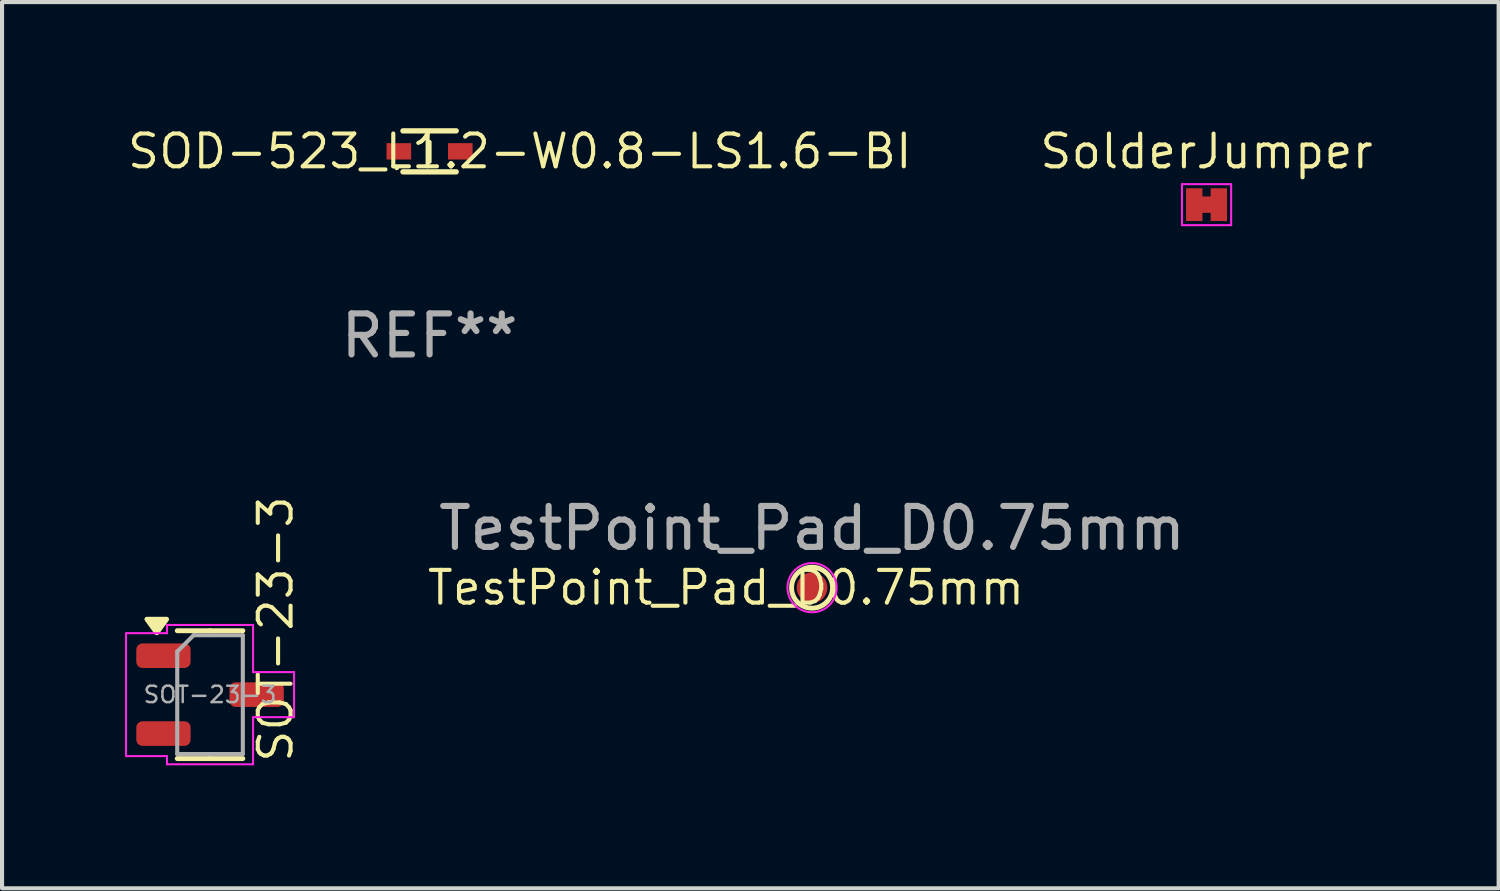
<source format=kicad_pcb>
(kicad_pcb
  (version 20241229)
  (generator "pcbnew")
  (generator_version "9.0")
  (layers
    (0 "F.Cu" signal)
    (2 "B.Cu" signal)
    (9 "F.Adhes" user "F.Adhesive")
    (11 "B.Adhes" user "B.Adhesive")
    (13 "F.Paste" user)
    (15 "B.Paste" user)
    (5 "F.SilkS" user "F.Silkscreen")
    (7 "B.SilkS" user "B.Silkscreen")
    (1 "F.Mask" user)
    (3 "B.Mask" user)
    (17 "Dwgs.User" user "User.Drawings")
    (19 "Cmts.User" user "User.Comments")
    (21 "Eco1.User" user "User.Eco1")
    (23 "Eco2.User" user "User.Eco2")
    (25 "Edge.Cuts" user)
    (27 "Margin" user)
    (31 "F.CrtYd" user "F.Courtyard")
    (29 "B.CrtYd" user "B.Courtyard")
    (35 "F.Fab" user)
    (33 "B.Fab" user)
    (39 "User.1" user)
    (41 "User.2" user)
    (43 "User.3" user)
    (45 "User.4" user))
  (footprint "SOD-523_L1.2-W0.8-LS1.6-BI"
    (layer "F.Cu")
    (at 7.432 0.643)
    (property "Reference" "SOD-523_L1.2-W0.8-LS1.6-BI" (at 2.2 0 0) (layer "F.SilkS") (effects (font (size 0.8 0.8) (thickness 0.1))))
    (attr smd)
    (fp_line (start -0.65 -0.5) (end 0.65 -0.5) (stroke (width 0.13) (type solid)) (layer "F.SilkS"))
    (fp_line (start -0.65 0.5) (end 0.65 0.5) (stroke (width 0.13) (type solid)) (layer "F.SilkS"))
    (fp_line (start 0 -0.229) (end 0 0.254) (stroke (width 0.1) (type solid)) (layer "F.SilkS"))
    (fp_circle (center -0.8 0.4) (end -0.77 0.4) (stroke (width 0.06) (type solid)) (fill no) (layer "F.SilkS"))
    (fp_text user "REF**" (at 0 4.5 0) (layer "F.Fab") (effects (font (size 1 1) (thickness 0.15))))
    (pad "1" smd rect (at -0.75 0 180) (size 0.6 0.4) (layers "F.Cu" "F.Mask" "F.Paste"))
    (pad "2" smd rect (at 0.75 0) (size 0.6 0.4) (layers "F.Cu" "F.Mask" "F.Paste")))
  (footprint "TestPoint_Pad_D0.75mm"
    (layer "F.Cu")
    (at 16.765 11.29)
    (property "Reference" "TestPoint_Pad_D0.75mm" (at -2.1 0 0) (layer "F.SilkS") (effects (font (size 0.8 0.8) (thickness 0.1))))
    (attr exclude_from_pos_files exclude_from_bom)
    (fp_circle (center 0 0) (end 0.5 0) (stroke (width 0.12) (type solid)) (fill no) (layer "F.SilkS"))
    (fp_circle (center 0 0) (end 0.6 0) (stroke (width 0.05) (type solid)) (fill no) (layer "F.CrtYd"))
    (fp_text user "${REFERENCE}" (at 0 -1.45 0) (layer "F.Fab") (effects (font (size 1 1) (thickness 0.15))))
    (pad "1" smd circle (at 0 0) (size 0.75 0.75) (layers "F.Cu" "F.Mask")))
  (footprint "SolderJumper"
    (layer "F.Cu")
    (at 26.391 1.944)
    (property "Reference" "SolderJumper" (at 0 -1.3 0) (layer "F.SilkS") (effects (font (size 0.8 0.8) (thickness 0.1))))
    (attr exclude_from_pos_files exclude_from_bom allow_soldermask_bridges)
    (fp_poly (pts (xy 0.25 -0.2) (xy -0.25 -0.2) (xy -0.25 0.2) (xy 0.25 0.2)) (stroke (width 0) (type solid)) (fill yes) (layer "F.Cu"))
    (fp_rect (start -0.15 -0.4) (end 0.15 0.4) (stroke (width 0) (type solid)) (fill yes) (layer "F.Mask"))
    (fp_line (start -0.6 -0.5) (end -0.6 0.5) (stroke (width 0.05) (type solid)) (layer "F.CrtYd"))
    (fp_line (start -0.6 -0.5) (end 0.6 -0.5) (stroke (width 0.05) (type solid)) (layer "F.CrtYd"))
    (fp_line (start 0.6 0.5) (end -0.6 0.5) (stroke (width 0.05) (type solid)) (layer "F.CrtYd"))
    (fp_line (start 0.6 0.5) (end 0.6 -0.5) (stroke (width 0.05) (type solid)) (layer "F.CrtYd"))
    (pad "1" smd rect (at -0.3 0) (size 0.4 0.8) (layers "F.Cu" "F.Mask"))
    (pad "2" smd rect (at 0.3 0) (size 0.4 0.8) (layers "F.Cu" "F.Mask")))
  (footprint "SOT-23-3"
    (layer "F.Cu")
    (at 2.075 13.9)
    (property "Reference" "SOT-23-3" (at 1.6 -1.6 270) (layer "F.SilkS") (effects (font (size 0.8 0.8) (thickness 0.1))))
    (attr smd)
    (fp_line (start 0 -1.56) (end -0.8 -1.56) (stroke (width 0.12) (type solid)) (layer "F.SilkS"))
    (fp_line (start 0 -1.56) (end 0.8 -1.56) (stroke (width 0.12) (type solid)) (layer "F.SilkS"))
    (fp_line (start 0 1.56) (end -0.8 1.56) (stroke (width 0.12) (type solid)) (layer "F.SilkS"))
    (fp_line (start 0 1.56) (end 0.8 1.56) (stroke (width 0.12) (type solid)) (layer "F.SilkS"))
    (fp_poly (pts (xy -1.3 -1.51) (xy -1.54 -1.84) (xy -1.06 -1.84)) (stroke (width 0.12) (type solid)) (fill yes) (layer "F.SilkS"))
    (fp_line (start -2.05 -1.5) (end -1.05 -1.5) (stroke (width 0.05) (type solid)) (layer "F.CrtYd"))
    (fp_line (start -2.05 1.5) (end -2.05 -1.5) (stroke (width 0.05) (type solid)) (layer "F.CrtYd"))
    (fp_line (start -1.05 -1.7) (end 1.05 -1.7) (stroke (width 0.05) (type solid)) (layer "F.CrtYd"))
    (fp_line (start -1.05 1.7) (end -1.05 1.5) (stroke (width 0.05) (type solid)) (layer "F.CrtYd"))
    (fp_line (start -1.05 -1.5) (end -1.05 -1.7) (stroke (width 0.05) (type solid)) (layer "F.CrtYd"))
    (fp_line (start -1.05 1.5) (end -2.05 1.5) (stroke (width 0.05) (type solid)) (layer "F.CrtYd"))
    (fp_line (start 1.05 -0.55) (end 2.05 -0.55) (stroke (width 0.05) (type solid)) (layer "F.CrtYd"))
    (fp_line (start 1.05 0.55) (end 1.05 1.7) (stroke (width 0.05) (type solid)) (layer "F.CrtYd"))
    (fp_line (start 1.05 -1.7) (end 1.05 -0.55) (stroke (width 0.05) (type solid)) (layer "F.CrtYd"))
    (fp_line (start 1.05 1.7) (end -1.05 1.7) (stroke (width 0.05) (type solid)) (layer "F.CrtYd"))
    (fp_line (start 2.05 -0.55) (end 2.05 0.55) (stroke (width 0.05) (type solid)) (layer "F.CrtYd"))
    (fp_line (start 2.05 0.55) (end 1.05 0.55) (stroke (width 0.05) (type solid)) (layer "F.CrtYd"))
    (fp_line (start -0.8 -1.05) (end -0.4 -1.45) (stroke (width 0.1) (type solid)) (layer "F.Fab"))
    (fp_line (start -0.8 1.45) (end -0.8 -1.05) (stroke (width 0.1) (type solid)) (layer "F.Fab"))
    (fp_line (start -0.4 -1.45) (end 0.8 -1.45) (stroke (width 0.1) (type solid)) (layer "F.Fab"))
    (fp_line (start 0.8 -1.45) (end 0.8 1.45) (stroke (width 0.1) (type solid)) (layer "F.Fab"))
    (fp_line (start 0.8 1.45) (end -0.8 1.45) (stroke (width 0.1) (type solid)) (layer "F.Fab"))
    (fp_text user "${REFERENCE}" (at 0 0 180) (layer "F.Fab") (effects (font (size 0.4 0.4) (thickness 0.06))))
    (pad "1" smd roundrect (at -1.137 -0.95) (size 1.325 0.6) (layers "F.Cu" "F.Mask" "F.Paste") (roundrect_rratio 0.25))
    (pad "2" smd roundrect (at -1.137 0.95) (size 1.325 0.6) (layers "F.Cu" "F.Mask" "F.Paste") (roundrect_rratio 0.25))
    (pad "3" smd roundrect (at 1.137 0) (size 1.325 0.6) (layers "F.Cu" "F.Mask" "F.Paste") (roundrect_rratio 0.25)))
  (gr_rect
    (start -3 -3)
    (end 33.518 18.625)
    (stroke (width 0.1) (type default))
    (fill no)
    (layer "Edge.Cuts")))
</source>
